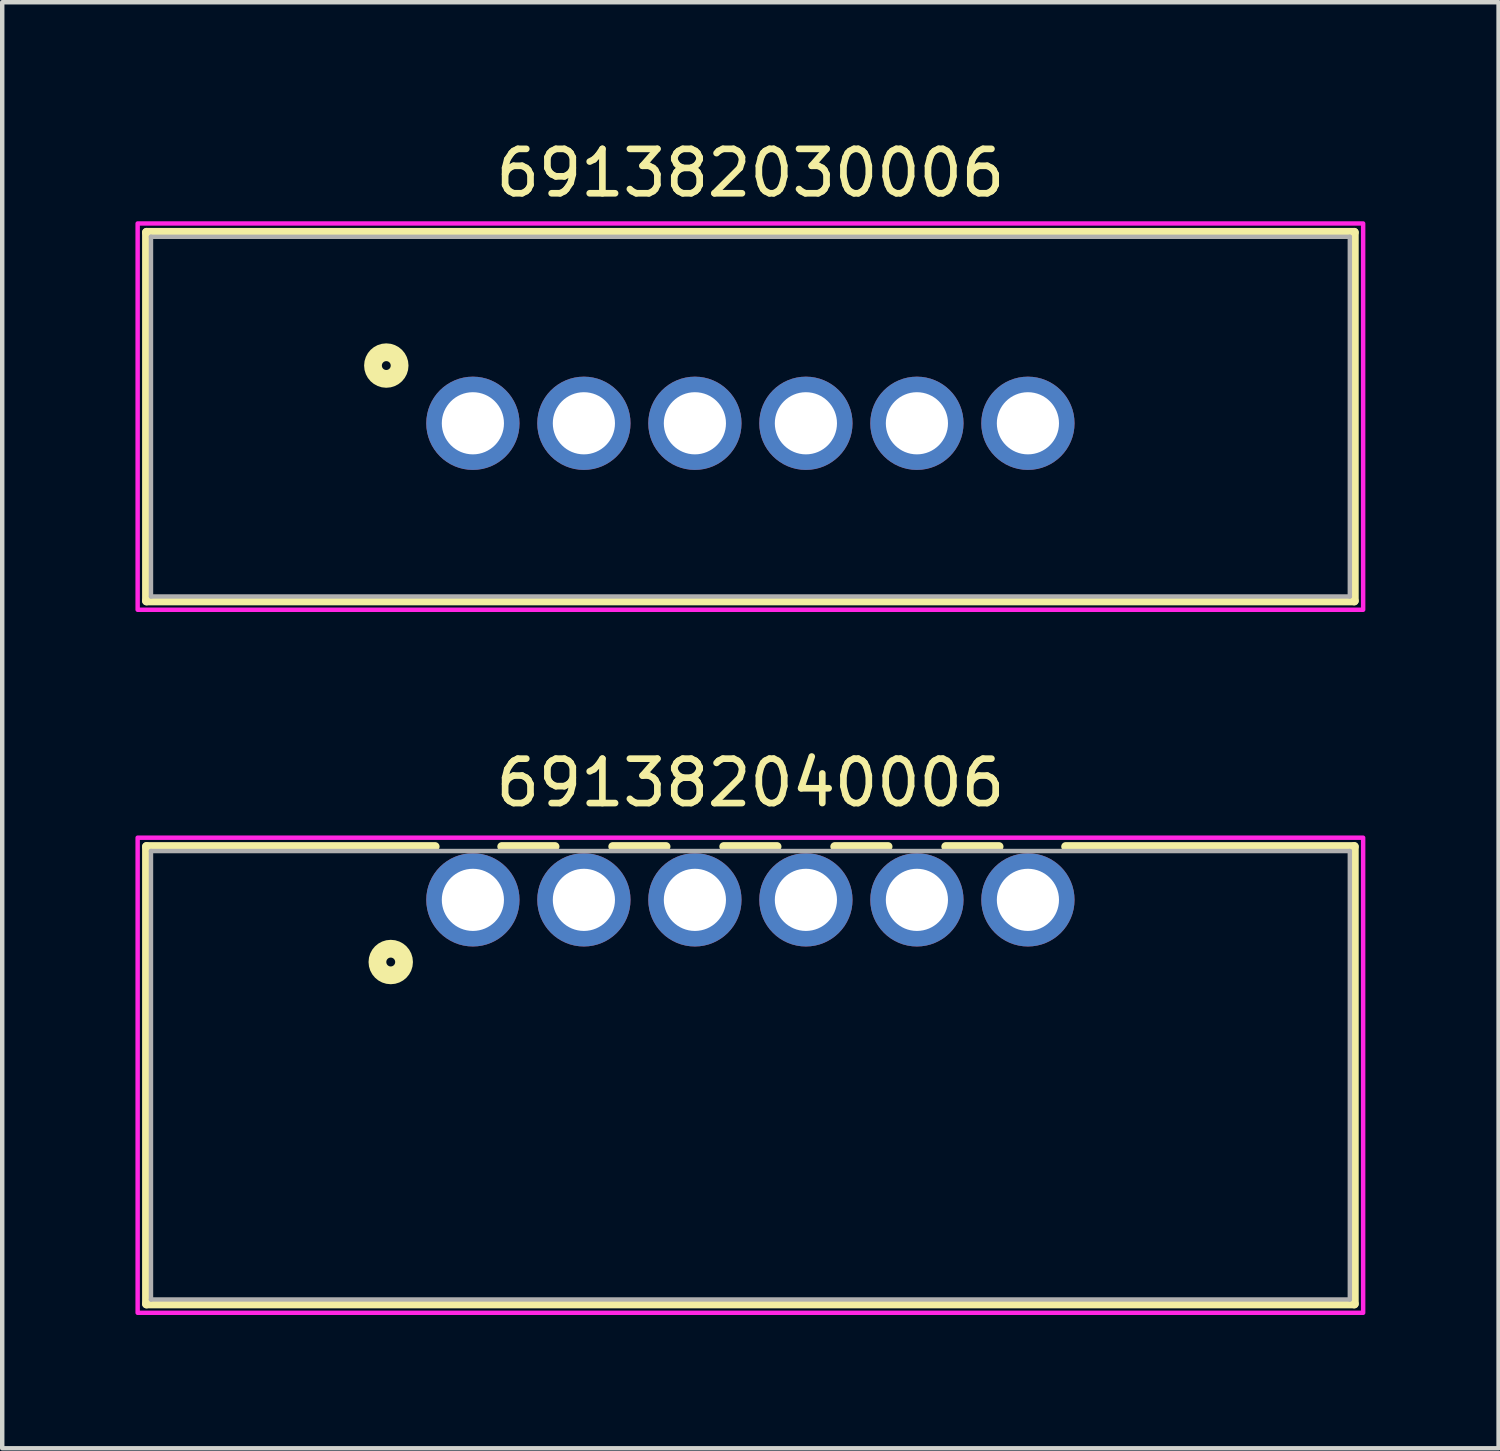
<source format=kicad_pcb>
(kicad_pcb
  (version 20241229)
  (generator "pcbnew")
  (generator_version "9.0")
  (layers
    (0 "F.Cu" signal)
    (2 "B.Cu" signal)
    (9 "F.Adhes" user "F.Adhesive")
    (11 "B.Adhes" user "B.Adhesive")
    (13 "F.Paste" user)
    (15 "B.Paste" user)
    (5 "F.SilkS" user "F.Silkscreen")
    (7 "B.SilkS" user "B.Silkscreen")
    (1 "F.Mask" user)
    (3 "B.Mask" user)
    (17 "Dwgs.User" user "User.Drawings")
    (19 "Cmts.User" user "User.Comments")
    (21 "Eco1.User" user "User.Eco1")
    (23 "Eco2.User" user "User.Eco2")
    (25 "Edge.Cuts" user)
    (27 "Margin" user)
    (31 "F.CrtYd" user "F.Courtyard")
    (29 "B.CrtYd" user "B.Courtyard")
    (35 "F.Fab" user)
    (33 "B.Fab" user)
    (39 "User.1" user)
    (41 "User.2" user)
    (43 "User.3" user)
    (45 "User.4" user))
  (footprint "691382030006"
    (layer "F.Cu")
    (at 13.85 6.483)
    (property "Reference" "691382030006" (at 0 -5.635 0) (layer "F.SilkS") (effects (font (size 1 1) (thickness 0.15))))
    (attr through_hole)
    (fp_line (start -13.6 -4.3) (end 13.6 -4.3) (stroke (width 0.2) (type solid)) (layer "F.SilkS"))
    (fp_line (start -13.6 4) (end -13.6 -4.3) (stroke (width 0.2) (type solid)) (layer "F.SilkS"))
    (fp_line (start 13.6 -4.3) (end 13.6 4) (stroke (width 0.2) (type solid)) (layer "F.SilkS"))
    (fp_line (start 13.6 4) (end -13.6 4) (stroke (width 0.2) (type solid)) (layer "F.SilkS"))
    (fp_circle (center -8.2 -1.3) (end -8.1 -1.3) (stroke (width 0.4) (type solid)) (fill no) (layer "F.SilkS"))
    (fp_poly (pts (xy -13.8 -4.5) (xy 13.8 -4.5) (xy 13.8 4.2) (xy -13.8 4.2)) (stroke (width 0.1) (type solid)) (fill no) (layer "F.CrtYd"))
    (fp_line (start -13.5 -4.2) (end 13.5 -4.2) (stroke (width 0.1) (type solid)) (layer "F.Fab"))
    (fp_line (start -13.5 3.9) (end -13.5 -4.2) (stroke (width 0.1) (type solid)) (layer "F.Fab"))
    (fp_line (start 13.5 -4.2) (end 13.5 3.9) (stroke (width 0.1) (type solid)) (layer "F.Fab"))
    (fp_line (start 13.5 3.9) (end -13.5 3.9) (stroke (width 0.1) (type solid)) (layer "F.Fab"))
    (pad "1" thru_hole circle (at -6.25 0) (size 2.1 2.1) (drill 1.4) (layers "*.Cu" "*.Mask"))
    (pad "2" thru_hole circle (at -3.75 0) (size 2.1 2.1) (drill 1.4) (layers "*.Cu" "*.Mask"))
    (pad "3" thru_hole circle (at -1.25 0) (size 2.1 2.1) (drill 1.4) (layers "*.Cu" "*.Mask"))
    (pad "4" thru_hole circle (at 1.25 0) (size 2.1 2.1) (drill 1.4) (layers "*.Cu" "*.Mask"))
    (pad "5" thru_hole circle (at 3.75 0) (size 2.1 2.1) (drill 1.4) (layers "*.Cu" "*.Mask"))
    (pad "6" thru_hole circle (at 6.25 0) (size 2.1 2.1) (drill 1.4) (layers "*.Cu" "*.Mask")))
  (footprint "691382040006"
    (layer "F.Cu")
    (at 13.85 17.216)
    (property "Reference" "691382040006" (at 0 -2.635 0) (layer "F.SilkS") (effects (font (size 1 1) (thickness 0.15))))
    (attr through_hole)
    (fp_line (start -13.6 -1.2) (end -13.6 9.1) (stroke (width 0.2) (type solid)) (layer "F.SilkS"))
    (fp_line (start -13.6 9.1) (end 13.6 9.1) (stroke (width 0.2) (type solid)) (layer "F.SilkS"))
    (fp_line (start -7.1 -1.2) (end -13.6 -1.2) (stroke (width 0.2) (type solid)) (layer "F.SilkS"))
    (fp_line (start -5.6 -1.2) (end -4.4 -1.2) (stroke (width 0.2) (type solid)) (layer "F.SilkS"))
    (fp_line (start -3.1 -1.2) (end -1.9 -1.2) (stroke (width 0.2) (type solid)) (layer "F.SilkS"))
    (fp_line (start -0.6 -1.2) (end 0.6 -1.2) (stroke (width 0.2) (type solid)) (layer "F.SilkS"))
    (fp_line (start 1.9 -1.2) (end 3.1 -1.2) (stroke (width 0.2) (type solid)) (layer "F.SilkS"))
    (fp_line (start 4.4 -1.2) (end 5.6 -1.2) (stroke (width 0.2) (type solid)) (layer "F.SilkS"))
    (fp_line (start 13.6 -1.2) (end 7.1 -1.2) (stroke (width 0.2) (type solid)) (layer "F.SilkS"))
    (fp_line (start 13.6 9.1) (end 13.6 -1.2) (stroke (width 0.2) (type solid)) (layer "F.SilkS"))
    (fp_circle (center -8.1 1.4) (end -8 1.4) (stroke (width 0.4) (type solid)) (fill no) (layer "F.SilkS"))
    (fp_poly (pts (xy -13.8 -1.4) (xy 13.8 -1.4) (xy 13.8 9.3) (xy -13.8 9.3)) (stroke (width 0.1) (type solid)) (fill no) (layer "F.CrtYd"))
    (fp_line (start -13.5 -1.1) (end 13.5 -1.1) (stroke (width 0.1) (type solid)) (layer "F.Fab"))
    (fp_line (start -13.5 9) (end -13.5 -1.1) (stroke (width 0.1) (type solid)) (layer "F.Fab"))
    (fp_line (start 13.5 -1.1) (end 13.5 9) (stroke (width 0.1) (type solid)) (layer "F.Fab"))
    (fp_line (start 13.5 9) (end -13.5 9) (stroke (width 0.1) (type solid)) (layer "F.Fab"))
    (pad "1" thru_hole circle (at -6.25 0) (size 2.1 2.1) (drill 1.4) (layers "*.Cu" "*.Mask"))
    (pad "2" thru_hole circle (at -3.75 0) (size 2.1 2.1) (drill 1.4) (layers "*.Cu" "*.Mask"))
    (pad "3" thru_hole circle (at -1.25 0) (size 2.1 2.1) (drill 1.4) (layers "*.Cu" "*.Mask"))
    (pad "4" thru_hole circle (at 1.25 0) (size 2.1 2.1) (drill 1.4) (layers "*.Cu" "*.Mask"))
    (pad "5" thru_hole circle (at 3.75 0) (size 2.1 2.1) (drill 1.4) (layers "*.Cu" "*.Mask"))
    (pad "6" thru_hole circle (at 6.25 0) (size 2.1 2.1) (drill 1.4) (layers "*.Cu" "*.Mask")))
  (gr_rect
    (start -3 -3)
    (end 30.7 29.567)
    (stroke (width 0.1) (type default))
    (fill no)
    (layer "Edge.Cuts")))
</source>
